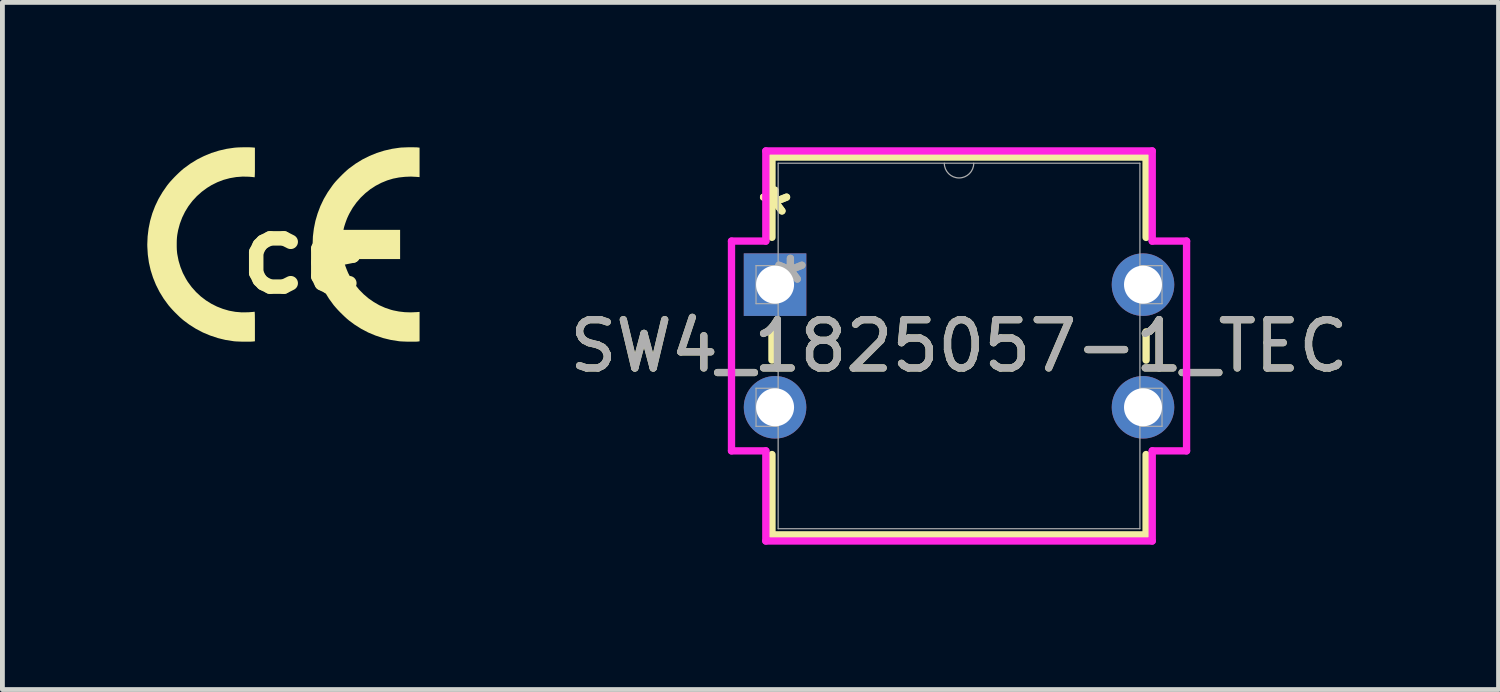
<source format=kicad_pcb>
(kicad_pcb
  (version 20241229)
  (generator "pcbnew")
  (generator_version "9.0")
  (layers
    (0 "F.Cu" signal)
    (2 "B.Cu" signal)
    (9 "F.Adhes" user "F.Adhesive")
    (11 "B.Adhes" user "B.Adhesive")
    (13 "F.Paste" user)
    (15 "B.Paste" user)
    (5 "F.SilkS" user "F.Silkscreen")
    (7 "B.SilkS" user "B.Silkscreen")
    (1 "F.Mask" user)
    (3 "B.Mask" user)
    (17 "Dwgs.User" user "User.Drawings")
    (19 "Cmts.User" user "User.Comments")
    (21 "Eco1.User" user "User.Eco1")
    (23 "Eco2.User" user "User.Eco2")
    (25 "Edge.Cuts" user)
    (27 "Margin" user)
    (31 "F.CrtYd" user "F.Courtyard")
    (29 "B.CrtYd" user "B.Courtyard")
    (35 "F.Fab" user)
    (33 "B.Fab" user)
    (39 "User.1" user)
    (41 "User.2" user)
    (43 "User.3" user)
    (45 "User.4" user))
  (footprint "SW4_1825057-1_TEC"
    (layer "F.Cu")
    (at 13.001 2.845)
    (property "Reference" "SW4_1825057-1_TEC" (at 3.81 1.27 0) (unlocked yes) (layer "F.SilkS") (effects (font (size 1 1) (thickness 0.15))))
    (attr through_hole)
    (fp_line (start -0.064 -2.642) (end -0.064 -0.98) (stroke (width 0.152) (type solid)) (layer "F.SilkS"))
    (fp_line (start -0.064 0.98) (end -0.064 1.562) (stroke (width 0.152) (type solid)) (layer "F.SilkS"))
    (fp_line (start -0.064 3.518) (end -0.064 5.182) (stroke (width 0.152) (type solid)) (layer "F.SilkS"))
    (fp_line (start -0.064 5.182) (end 7.684 5.182) (stroke (width 0.152) (type solid)) (layer "F.SilkS"))
    (fp_line (start 7.684 -2.642) (end -0.064 -2.642) (stroke (width 0.152) (type solid)) (layer "F.SilkS"))
    (fp_line (start 7.684 -0.978) (end 7.684 -2.642) (stroke (width 0.152) (type solid)) (layer "F.SilkS"))
    (fp_line (start 7.684 1.562) (end 7.684 0.978) (stroke (width 0.152) (type solid)) (layer "F.SilkS"))
    (fp_line (start 7.684 5.182) (end 7.684 3.518) (stroke (width 0.152) (type solid)) (layer "F.SilkS"))
    (fp_line (start -0.902 -0.902) (end -0.191 -0.902) (stroke (width 0.152) (type solid)) (layer "F.CrtYd"))
    (fp_line (start -0.902 3.442) (end -0.902 -0.902) (stroke (width 0.152) (type solid)) (layer "F.CrtYd"))
    (fp_line (start -0.191 -2.769) (end 7.811 -2.769) (stroke (width 0.152) (type solid)) (layer "F.CrtYd"))
    (fp_line (start -0.191 -0.902) (end -0.191 -2.769) (stroke (width 0.152) (type solid)) (layer "F.CrtYd"))
    (fp_line (start -0.191 3.442) (end -0.902 3.442) (stroke (width 0.152) (type solid)) (layer "F.CrtYd"))
    (fp_line (start -0.191 5.309) (end -0.191 3.442) (stroke (width 0.152) (type solid)) (layer "F.CrtYd"))
    (fp_line (start 7.811 -2.769) (end 7.811 -0.902) (stroke (width 0.152) (type solid)) (layer "F.CrtYd"))
    (fp_line (start 7.811 3.442) (end 7.811 5.309) (stroke (width 0.152) (type solid)) (layer "F.CrtYd"))
    (fp_line (start 7.811 5.309) (end -0.191 5.309) (stroke (width 0.152) (type solid)) (layer "F.CrtYd"))
    (fp_line (start 8.522 -0.902) (end 7.811 -0.902) (stroke (width 0.152) (type solid)) (layer "F.CrtYd"))
    (fp_line (start 8.522 -0.902) (end 8.522 3.442) (stroke (width 0.152) (type solid)) (layer "F.CrtYd"))
    (fp_line (start 8.522 3.442) (end 7.811 3.442) (stroke (width 0.152) (type solid)) (layer "F.CrtYd"))
    (fp_line (start -0.394 -0.394) (end -0.394 0.394) (stroke (width 0.025) (type solid)) (layer "F.Fab"))
    (fp_line (start -0.394 0.394) (end 0.064 0.394) (stroke (width 0.025) (type solid)) (layer "F.Fab"))
    (fp_line (start -0.394 2.146) (end -0.394 2.934) (stroke (width 0.025) (type solid)) (layer "F.Fab"))
    (fp_line (start -0.394 2.934) (end 0.064 2.934) (stroke (width 0.025) (type solid)) (layer "F.Fab"))
    (fp_line (start 0.064 -2.515) (end 0.064 5.055) (stroke (width 0.025) (type solid)) (layer "F.Fab"))
    (fp_line (start 0.064 -0.394) (end -0.394 -0.394) (stroke (width 0.025) (type solid)) (layer "F.Fab"))
    (fp_line (start 0.064 0.394) (end 0.064 -0.394) (stroke (width 0.025) (type solid)) (layer "F.Fab"))
    (fp_line (start 0.064 2.146) (end -0.394 2.146) (stroke (width 0.025) (type solid)) (layer "F.Fab"))
    (fp_line (start 0.064 2.934) (end 0.064 2.146) (stroke (width 0.025) (type solid)) (layer "F.Fab"))
    (fp_line (start 0.064 5.055) (end 7.556 5.055) (stroke (width 0.025) (type solid)) (layer "F.Fab"))
    (fp_line (start 7.556 -2.515) (end 0.064 -2.515) (stroke (width 0.025) (type solid)) (layer "F.Fab"))
    (fp_line (start 7.556 -0.394) (end 7.556 0.394) (stroke (width 0.025) (type solid)) (layer "F.Fab"))
    (fp_line (start 7.556 0.394) (end 8.014 0.394) (stroke (width 0.025) (type solid)) (layer "F.Fab"))
    (fp_line (start 7.556 2.146) (end 7.556 2.934) (stroke (width 0.025) (type solid)) (layer "F.Fab"))
    (fp_line (start 7.556 2.934) (end 8.014 2.934) (stroke (width 0.025) (type solid)) (layer "F.Fab"))
    (fp_line (start 7.556 5.055) (end 7.556 -2.515) (stroke (width 0.025) (type solid)) (layer "F.Fab"))
    (fp_line (start 8.014 -0.394) (end 7.556 -0.394) (stroke (width 0.025) (type solid)) (layer "F.Fab"))
    (fp_line (start 8.014 0.394) (end 8.014 -0.394) (stroke (width 0.025) (type solid)) (layer "F.Fab"))
    (fp_line (start 8.014 2.146) (end 7.556 2.146) (stroke (width 0.025) (type solid)) (layer "F.Fab"))
    (fp_line (start 8.014 2.934) (end 8.014 2.146) (stroke (width 0.025) (type solid)) (layer "F.Fab"))
    (fp_arc (start 4.1148 -2.5146) (mid 3.81 -2.2098) (end 3.5052 -2.5146) (stroke (width 0.0254) (type solid)) (layer "F.Fab"))
    (fp_text user "*" (at 0 -1.41 0) (unlocked yes) (layer "F.SilkS") (effects (font (size 1 1) (thickness 0.15))))
    (fp_text user "*" (at 0 -1.41 0) (layer "F.SilkS") (effects (font (size 1 1) (thickness 0.15))))
    (fp_text user "*" (at 0.318 0 0) (layer "F.Fab") (effects (font (size 1 1) (thickness 0.15))))
    (fp_text user "${REFERENCE}" (at 3.81 1.27 0) (unlocked yes) (layer "F.Fab") (effects (font (size 1 1) (thickness 0.15))))
    (fp_text user "*" (at 0.318 0 0) (unlocked yes) (layer "F.Fab") (effects (font (size 1 1) (thickness 0.15))))
    (pad "1" thru_hole rect (at 0 0) (size 1.295 1.295) (drill 0.787) (layers "*.Cu" "*.Mask"))
    (pad "2" thru_hole circle (at 0 2.54) (size 1.295 1.295) (drill 0.787) (layers "*.Cu" "*.Mask"))
    (pad "3" thru_hole circle (at 7.62 2.54) (size 1.295 1.295) (drill 0.787) (layers "*.Cu" "*.Mask"))
    (pad "4" thru_hole circle (at 7.62 0) (size 1.295 1.295) (drill 0.787) (layers "*.Cu" "*.Mask")))
  (footprint "ce"
    (layer "F.Cu")
    (at 3.256 2.208)
    (property "Reference" "ce" (at 0 0 0) (layer "F.SilkS") (effects (font (size 1.5 1.5) (thickness 0.3))))
    (attr board_only exclude_from_pos_files exclude_from_bom)
    (fp_poly (pts (xy 2.252 -2.208) (xy 2.296 -2.207) (xy 2.332 -2.206) (xy 2.348 -2.204) (xy 2.383 -2.2) (xy 2.383 -1.895) (xy 2.383 -1.59) (xy 2.321 -1.595) (xy 2.202 -1.601) (xy 2.08 -1.596) (xy 1.958 -1.583) (xy 1.842 -1.56) (xy 1.839 -1.56) (xy 1.713 -1.522) (xy 1.591 -1.472) (xy 1.474 -1.411) (xy 1.363 -1.339) (xy 1.259 -1.256) (xy 1.163 -1.164) (xy 1.076 -1.064) (xy 0.998 -0.955) (xy 0.931 -0.839) (xy 0.909 -0.795) (xy 0.884 -0.74) (xy 0.861 -0.68) (xy 0.84 -0.62) (xy 0.823 -0.565) (xy 0.816 -0.539) (xy 0.807 -0.497) (xy 1.393 -0.497) (xy 1.98 -0.497) (xy 1.98 -0.195) (xy 1.98 0.107) (xy 1.393 0.107) (xy 0.807 0.107) (xy 0.816 0.149) (xy 0.83 0.2) (xy 0.849 0.258) (xy 0.872 0.319) (xy 0.896 0.377) (xy 0.909 0.406) (xy 0.972 0.524) (xy 1.047 0.636) (xy 1.13 0.739) (xy 1.223 0.834) (xy 1.324 0.92) (xy 1.433 0.996) (xy 1.547 1.062) (xy 1.668 1.116) (xy 1.793 1.158) (xy 1.839 1.17) (xy 1.955 1.193) (xy 2.077 1.207) (xy 2.199 1.211) (xy 2.318 1.206) (xy 2.321 1.206) (xy 2.383 1.201) (xy 2.383 1.506) (xy 2.383 1.81) (xy 2.348 1.815) (xy 2.322 1.817) (xy 2.285 1.818) (xy 2.24 1.818) (xy 2.19 1.818) (xy 2.138 1.818) (xy 2.086 1.816) (xy 2.037 1.814) (xy 1.995 1.812) (xy 1.96 1.809) (xy 1.953 1.808) (xy 1.788 1.782) (xy 1.627 1.743) (xy 1.471 1.691) (xy 1.32 1.628) (xy 1.175 1.552) (xy 1.036 1.464) (xy 0.925 1.382) (xy 0.884 1.348) (xy 0.838 1.306) (xy 0.788 1.258) (xy 0.738 1.209) (xy 0.69 1.159) (xy 0.647 1.111) (xy 0.611 1.069) (xy 0.605 1.062) (xy 0.507 0.928) (xy 0.421 0.788) (xy 0.348 0.642) (xy 0.286 0.492) (xy 0.238 0.338) (xy 0.202 0.18) (xy 0.179 0.017) (xy 0.168 -0.148) (xy 0.168 -0.195) (xy 0.174 -0.361) (xy 0.194 -0.524) (xy 0.226 -0.683) (xy 0.272 -0.839) (xy 0.329 -0.99) (xy 0.399 -1.137) (xy 0.482 -1.278) (xy 0.577 -1.414) (xy 0.605 -1.451) (xy 0.639 -1.492) (xy 0.681 -1.538) (xy 0.729 -1.588) (xy 0.778 -1.638) (xy 0.828 -1.686) (xy 0.875 -1.729) (xy 0.917 -1.765) (xy 0.925 -1.771) (xy 1.059 -1.869) (xy 1.199 -1.955) (xy 1.345 -2.028) (xy 1.496 -2.09) (xy 1.652 -2.139) (xy 1.814 -2.176) (xy 1.963 -2.198) (xy 1.999 -2.202) (xy 2.044 -2.204) (xy 2.095 -2.206) (xy 2.148 -2.208) (xy 2.202 -2.208)) (stroke (width 0) (type solid)) (fill yes) (layer "F.SilkS"))
    (fp_poly (pts (xy -1.146 -2.208) (xy -1.1 -2.206) (xy -1.072 -2.204) (xy -1.027 -2.2) (xy -1.027 -1.891) (xy -1.027 -1.818) (xy -1.027 -1.758) (xy -1.027 -1.708) (xy -1.028 -1.669) (xy -1.029 -1.639) (xy -1.03 -1.617) (xy -1.031 -1.601) (xy -1.032 -1.592) (xy -1.034 -1.587) (xy -1.037 -1.586) (xy -1.037 -1.587) (xy -1.047 -1.588) (xy -1.068 -1.591) (xy -1.096 -1.594) (xy -1.131 -1.596) (xy -1.146 -1.598) (xy -1.281 -1.601) (xy -1.415 -1.591) (xy -1.548 -1.568) (xy -1.678 -1.533) (xy -1.803 -1.485) (xy -1.924 -1.425) (xy -2.015 -1.369) (xy -2.127 -1.287) (xy -2.229 -1.196) (xy -2.321 -1.097) (xy -2.403 -0.989) (xy -2.473 -0.875) (xy -2.533 -0.753) (xy -2.581 -0.625) (xy -2.617 -0.492) (xy -2.635 -0.393) (xy -2.641 -0.342) (xy -2.645 -0.282) (xy -2.646 -0.216) (xy -2.646 -0.149) (xy -2.644 -0.085) (xy -2.639 -0.028) (xy -2.635 0.003) (xy -2.608 0.141) (xy -2.569 0.271) (xy -2.519 0.396) (xy -2.456 0.515) (xy -2.417 0.579) (xy -2.336 0.689) (xy -2.246 0.79) (xy -2.148 0.881) (xy -2.042 0.962) (xy -1.93 1.032) (xy -1.813 1.091) (xy -1.69 1.139) (xy -1.563 1.176) (xy -1.432 1.2) (xy -1.299 1.211) (xy -1.165 1.209) (xy -1.146 1.208) (xy -1.11 1.205) (xy -1.079 1.203) (xy -1.054 1.2) (xy -1.04 1.198) (xy -1.037 1.197) (xy -1.035 1.198) (xy -1.033 1.201) (xy -1.031 1.21) (xy -1.03 1.224) (xy -1.029 1.245) (xy -1.028 1.274) (xy -1.028 1.311) (xy -1.027 1.359) (xy -1.027 1.417) (xy -1.027 1.488) (xy -1.027 1.502) (xy -1.027 1.81) (xy -1.072 1.815) (xy -1.106 1.817) (xy -1.149 1.818) (xy -1.2 1.818) (xy -1.255 1.818) (xy -1.31 1.817) (xy -1.364 1.815) (xy -1.413 1.813) (xy -1.453 1.81) (xy -1.47 1.808) (xy -1.636 1.782) (xy -1.796 1.743) (xy -1.952 1.691) (xy -2.103 1.628) (xy -2.248 1.552) (xy -2.387 1.464) (xy -2.498 1.382) (xy -2.539 1.348) (xy -2.586 1.306) (xy -2.635 1.258) (xy -2.685 1.209) (xy -2.733 1.159) (xy -2.776 1.111) (xy -2.812 1.069) (xy -2.818 1.062) (xy -2.916 0.928) (xy -3.002 0.788) (xy -3.076 0.642) (xy -3.137 0.492) (xy -3.186 0.338) (xy -3.222 0.18) (xy -3.245 0.017) (xy -3.255 -0.148) (xy -3.256 -0.195) (xy -3.249 -0.361) (xy -3.229 -0.524) (xy -3.197 -0.683) (xy -3.152 -0.839) (xy -3.094 -0.99) (xy -3.024 -1.137) (xy -2.941 -1.278) (xy -2.847 -1.414) (xy -2.818 -1.451) (xy -2.784 -1.492) (xy -2.742 -1.538) (xy -2.695 -1.588) (xy -2.645 -1.638) (xy -2.595 -1.686) (xy -2.548 -1.729) (xy -2.506 -1.765) (xy -2.498 -1.771) (xy -2.364 -1.869) (xy -2.224 -1.955) (xy -2.079 -2.028) (xy -1.928 -2.09) (xy -1.771 -2.139) (xy -1.61 -2.176) (xy -1.46 -2.198) (xy -1.42 -2.202) (xy -1.37 -2.205) (xy -1.315 -2.207) (xy -1.257 -2.208) (xy -1.199 -2.208)) (stroke (width 0) (type solid)) (fill yes) (layer "F.SilkS")))
  (gr_rect
    (start -3 -3)
    (end 27.984 11.23)
    (stroke (width 0.1) (type default))
    (fill no)
    (layer "Edge.Cuts")))
</source>
